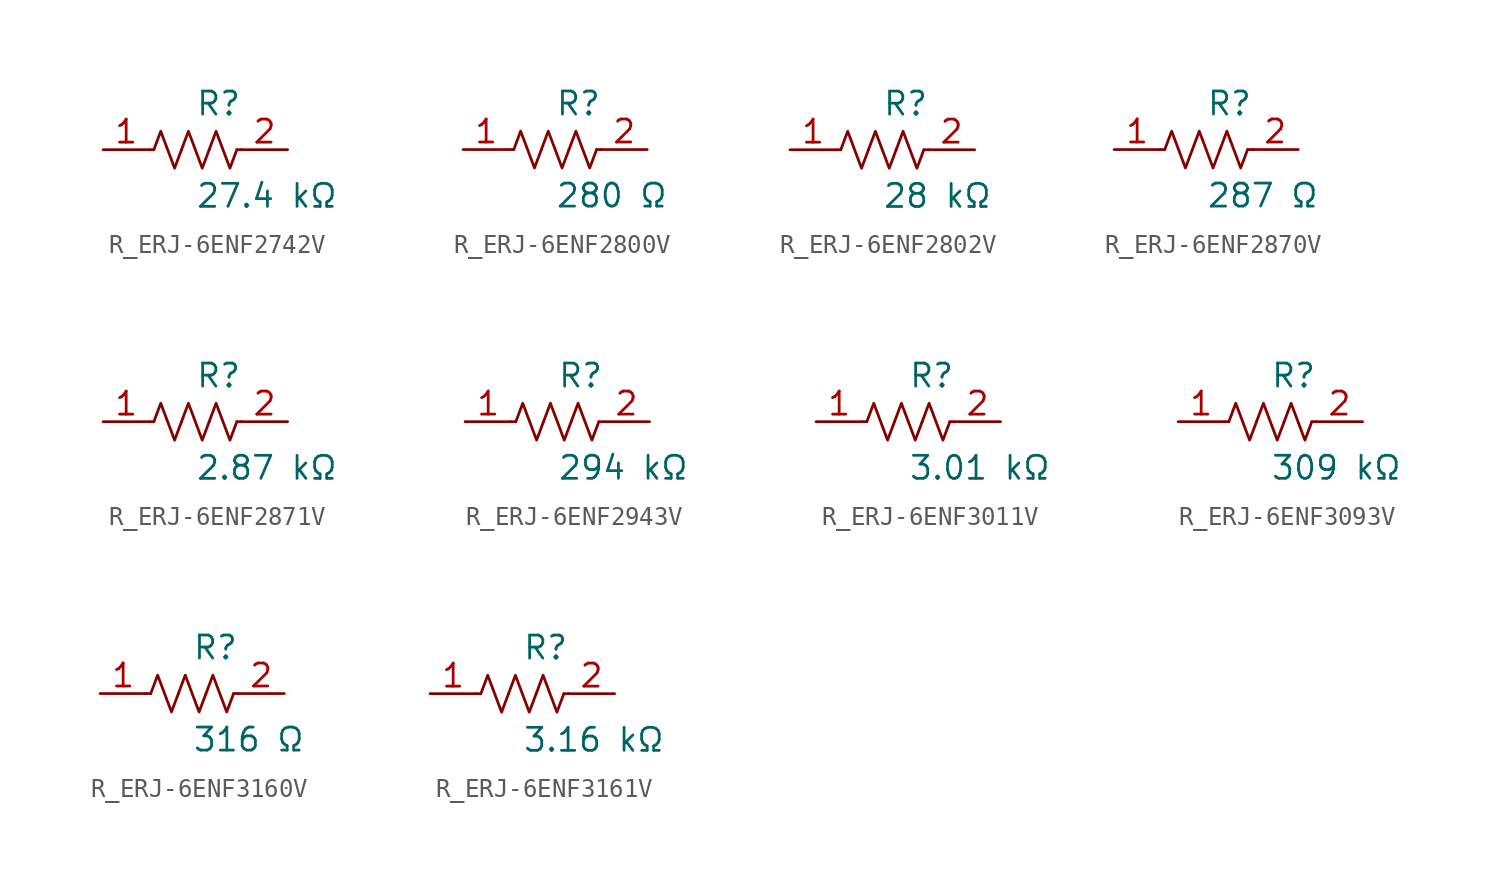
<source format=kicad_sym>
(kicad_symbol_lib
  (version 20231120)
  (generator kicad_symbol_editor)
  (generator_version 8.0)
  (symbol "R_ERJ-6ENF2742V"
    (pin_names
      (offset 0.254))
    (property "Reference" "R"
      (at 0.0 2.54 0)
      (effects (font (size 1.27 1.27)) (justify left)))
    (property "Value" "27.4 kΩ"
      (at 0.0 -2.54 0)
      (effects (font (size 1.27 1.27)) (justify left)))
    (symbol "R_ERJ-6ENF2742V_0_1"
      (polyline (pts (xy 2.286 0) (xy 2.54 0)) (stroke (width 0) (type default)) (fill (type none)))
      (polyline (pts (xy -2.286 0) (xy -2.54 0)) (stroke (width 0) (type default)) (fill (type none)))
      (polyline (pts (xy 0.762 0) (xy 1.143 1.016) (xy 1.524 0) (xy 1.905 -1.016) (xy 2.286 0)) (stroke (width 0) (type default)) (fill (type none)))
      (polyline (pts (xy -0.762 0) (xy -0.381 1.016) (xy 0 0) (xy 0.381 -1.016) (xy 0.762 0)) (stroke (width 0) (type default)) (fill (type none)))
      (polyline (pts (xy -2.286 0) (xy -1.905 1.016) (xy -1.524 0) (xy -1.143 -1.016) (xy -0.762 0)) (stroke (width 0) (type default)) (fill (type none))))
    (pin unspecified line
      (at -5.08 0 0)
      (length 2.54)
      (name "" (effects (font (size 1.27 1.27))))
      (number "1" (effects (font (size 1.27 1.27)))))
    (pin unspecified line
      (at 5.08 0 180)
      (length 2.54)
      (name "" (effects (font (size 1.27 1.27))))
      (number "2" (effects (font (size 1.27 1.27))))))
  (symbol "R_ERJ-6ENF2800V"
    (pin_names
      (offset 0.254))
    (property "Reference" "R"
      (at 0.0 2.54 0)
      (effects (font (size 1.27 1.27)) (justify left)))
    (property "Value" "280 Ω"
      (at 0.0 -2.54 0)
      (effects (font (size 1.27 1.27)) (justify left)))
    (symbol "R_ERJ-6ENF2800V_0_1"
      (polyline (pts (xy 2.286 0) (xy 2.54 0)) (stroke (width 0) (type default)) (fill (type none)))
      (polyline (pts (xy -2.286 0) (xy -2.54 0)) (stroke (width 0) (type default)) (fill (type none)))
      (polyline (pts (xy 0.762 0) (xy 1.143 1.016) (xy 1.524 0) (xy 1.905 -1.016) (xy 2.286 0)) (stroke (width 0) (type default)) (fill (type none)))
      (polyline (pts (xy -0.762 0) (xy -0.381 1.016) (xy 0 0) (xy 0.381 -1.016) (xy 0.762 0)) (stroke (width 0) (type default)) (fill (type none)))
      (polyline (pts (xy -2.286 0) (xy -1.905 1.016) (xy -1.524 0) (xy -1.143 -1.016) (xy -0.762 0)) (stroke (width 0) (type default)) (fill (type none))))
    (pin unspecified line
      (at -5.08 0 0)
      (length 2.54)
      (name "" (effects (font (size 1.27 1.27))))
      (number "1" (effects (font (size 1.27 1.27)))))
    (pin unspecified line
      (at 5.08 0 180)
      (length 2.54)
      (name "" (effects (font (size 1.27 1.27))))
      (number "2" (effects (font (size 1.27 1.27))))))
  (symbol "R_ERJ-6ENF2802V"
    (pin_names
      (offset 0.254))
    (property "Reference" "R"
      (at 0.0 2.54 0)
      (effects (font (size 1.27 1.27)) (justify left)))
    (property "Value" "28 kΩ"
      (at 0.0 -2.54 0)
      (effects (font (size 1.27 1.27)) (justify left)))
    (symbol "R_ERJ-6ENF2802V_0_1"
      (polyline (pts (xy 2.286 0) (xy 2.54 0)) (stroke (width 0) (type default)) (fill (type none)))
      (polyline (pts (xy -2.286 0) (xy -2.54 0)) (stroke (width 0) (type default)) (fill (type none)))
      (polyline (pts (xy 0.762 0) (xy 1.143 1.016) (xy 1.524 0) (xy 1.905 -1.016) (xy 2.286 0)) (stroke (width 0) (type default)) (fill (type none)))
      (polyline (pts (xy -0.762 0) (xy -0.381 1.016) (xy 0 0) (xy 0.381 -1.016) (xy 0.762 0)) (stroke (width 0) (type default)) (fill (type none)))
      (polyline (pts (xy -2.286 0) (xy -1.905 1.016) (xy -1.524 0) (xy -1.143 -1.016) (xy -0.762 0)) (stroke (width 0) (type default)) (fill (type none))))
    (pin unspecified line
      (at -5.08 0 0)
      (length 2.54)
      (name "" (effects (font (size 1.27 1.27))))
      (number "1" (effects (font (size 1.27 1.27)))))
    (pin unspecified line
      (at 5.08 0 180)
      (length 2.54)
      (name "" (effects (font (size 1.27 1.27))))
      (number "2" (effects (font (size 1.27 1.27))))))
  (symbol "R_ERJ-6ENF2870V"
    (pin_names
      (offset 0.254))
    (property "Reference" "R"
      (at 0.0 2.54 0)
      (effects (font (size 1.27 1.27)) (justify left)))
    (property "Value" "287 Ω"
      (at 0.0 -2.54 0)
      (effects (font (size 1.27 1.27)) (justify left)))
    (symbol "R_ERJ-6ENF2870V_0_1"
      (polyline (pts (xy 2.286 0) (xy 2.54 0)) (stroke (width 0) (type default)) (fill (type none)))
      (polyline (pts (xy -2.286 0) (xy -2.54 0)) (stroke (width 0) (type default)) (fill (type none)))
      (polyline (pts (xy 0.762 0) (xy 1.143 1.016) (xy 1.524 0) (xy 1.905 -1.016) (xy 2.286 0)) (stroke (width 0) (type default)) (fill (type none)))
      (polyline (pts (xy -0.762 0) (xy -0.381 1.016) (xy 0 0) (xy 0.381 -1.016) (xy 0.762 0)) (stroke (width 0) (type default)) (fill (type none)))
      (polyline (pts (xy -2.286 0) (xy -1.905 1.016) (xy -1.524 0) (xy -1.143 -1.016) (xy -0.762 0)) (stroke (width 0) (type default)) (fill (type none))))
    (pin unspecified line
      (at -5.08 0 0)
      (length 2.54)
      (name "" (effects (font (size 1.27 1.27))))
      (number "1" (effects (font (size 1.27 1.27)))))
    (pin unspecified line
      (at 5.08 0 180)
      (length 2.54)
      (name "" (effects (font (size 1.27 1.27))))
      (number "2" (effects (font (size 1.27 1.27))))))
  (symbol "R_ERJ-6ENF2871V"
    (pin_names
      (offset 0.254))
    (property "Reference" "R"
      (at 0.0 2.54 0)
      (effects (font (size 1.27 1.27)) (justify left)))
    (property "Value" "2.87 kΩ"
      (at 0.0 -2.54 0)
      (effects (font (size 1.27 1.27)) (justify left)))
    (symbol "R_ERJ-6ENF2871V_0_1"
      (polyline (pts (xy 2.286 0) (xy 2.54 0)) (stroke (width 0) (type default)) (fill (type none)))
      (polyline (pts (xy -2.286 0) (xy -2.54 0)) (stroke (width 0) (type default)) (fill (type none)))
      (polyline (pts (xy 0.762 0) (xy 1.143 1.016) (xy 1.524 0) (xy 1.905 -1.016) (xy 2.286 0)) (stroke (width 0) (type default)) (fill (type none)))
      (polyline (pts (xy -0.762 0) (xy -0.381 1.016) (xy 0 0) (xy 0.381 -1.016) (xy 0.762 0)) (stroke (width 0) (type default)) (fill (type none)))
      (polyline (pts (xy -2.286 0) (xy -1.905 1.016) (xy -1.524 0) (xy -1.143 -1.016) (xy -0.762 0)) (stroke (width 0) (type default)) (fill (type none))))
    (pin unspecified line
      (at -5.08 0 0)
      (length 2.54)
      (name "" (effects (font (size 1.27 1.27))))
      (number "1" (effects (font (size 1.27 1.27)))))
    (pin unspecified line
      (at 5.08 0 180)
      (length 2.54)
      (name "" (effects (font (size 1.27 1.27))))
      (number "2" (effects (font (size 1.27 1.27))))))
  (symbol "R_ERJ-6ENF2943V"
    (pin_names
      (offset 0.254))
    (property "Reference" "R"
      (at 0.0 2.54 0)
      (effects (font (size 1.27 1.27)) (justify left)))
    (property "Value" "294 kΩ"
      (at 0.0 -2.54 0)
      (effects (font (size 1.27 1.27)) (justify left)))
    (symbol "R_ERJ-6ENF2943V_0_1"
      (polyline (pts (xy 2.286 0) (xy 2.54 0)) (stroke (width 0) (type default)) (fill (type none)))
      (polyline (pts (xy -2.286 0) (xy -2.54 0)) (stroke (width 0) (type default)) (fill (type none)))
      (polyline (pts (xy 0.762 0) (xy 1.143 1.016) (xy 1.524 0) (xy 1.905 -1.016) (xy 2.286 0)) (stroke (width 0) (type default)) (fill (type none)))
      (polyline (pts (xy -0.762 0) (xy -0.381 1.016) (xy 0 0) (xy 0.381 -1.016) (xy 0.762 0)) (stroke (width 0) (type default)) (fill (type none)))
      (polyline (pts (xy -2.286 0) (xy -1.905 1.016) (xy -1.524 0) (xy -1.143 -1.016) (xy -0.762 0)) (stroke (width 0) (type default)) (fill (type none))))
    (pin unspecified line
      (at -5.08 0 0)
      (length 2.54)
      (name "" (effects (font (size 1.27 1.27))))
      (number "1" (effects (font (size 1.27 1.27)))))
    (pin unspecified line
      (at 5.08 0 180)
      (length 2.54)
      (name "" (effects (font (size 1.27 1.27))))
      (number "2" (effects (font (size 1.27 1.27))))))
  (symbol "R_ERJ-6ENF3011V"
    (pin_names
      (offset 0.254))
    (property "Reference" "R"
      (at 0.0 2.54 0)
      (effects (font (size 1.27 1.27)) (justify left)))
    (property "Value" "3.01 kΩ"
      (at 0.0 -2.54 0)
      (effects (font (size 1.27 1.27)) (justify left)))
    (symbol "R_ERJ-6ENF3011V_0_1"
      (polyline (pts (xy 2.286 0) (xy 2.54 0)) (stroke (width 0) (type default)) (fill (type none)))
      (polyline (pts (xy -2.286 0) (xy -2.54 0)) (stroke (width 0) (type default)) (fill (type none)))
      (polyline (pts (xy 0.762 0) (xy 1.143 1.016) (xy 1.524 0) (xy 1.905 -1.016) (xy 2.286 0)) (stroke (width 0) (type default)) (fill (type none)))
      (polyline (pts (xy -0.762 0) (xy -0.381 1.016) (xy 0 0) (xy 0.381 -1.016) (xy 0.762 0)) (stroke (width 0) (type default)) (fill (type none)))
      (polyline (pts (xy -2.286 0) (xy -1.905 1.016) (xy -1.524 0) (xy -1.143 -1.016) (xy -0.762 0)) (stroke (width 0) (type default)) (fill (type none))))
    (pin unspecified line
      (at -5.08 0 0)
      (length 2.54)
      (name "" (effects (font (size 1.27 1.27))))
      (number "1" (effects (font (size 1.27 1.27)))))
    (pin unspecified line
      (at 5.08 0 180)
      (length 2.54)
      (name "" (effects (font (size 1.27 1.27))))
      (number "2" (effects (font (size 1.27 1.27))))))
  (symbol "R_ERJ-6ENF3093V"
    (pin_names
      (offset 0.254))
    (property "Reference" "R"
      (at 0.0 2.54 0)
      (effects (font (size 1.27 1.27)) (justify left)))
    (property "Value" "309 kΩ"
      (at 0.0 -2.54 0)
      (effects (font (size 1.27 1.27)) (justify left)))
    (symbol "R_ERJ-6ENF3093V_0_1"
      (polyline (pts (xy 2.286 0) (xy 2.54 0)) (stroke (width 0) (type default)) (fill (type none)))
      (polyline (pts (xy -2.286 0) (xy -2.54 0)) (stroke (width 0) (type default)) (fill (type none)))
      (polyline (pts (xy 0.762 0) (xy 1.143 1.016) (xy 1.524 0) (xy 1.905 -1.016) (xy 2.286 0)) (stroke (width 0) (type default)) (fill (type none)))
      (polyline (pts (xy -0.762 0) (xy -0.381 1.016) (xy 0 0) (xy 0.381 -1.016) (xy 0.762 0)) (stroke (width 0) (type default)) (fill (type none)))
      (polyline (pts (xy -2.286 0) (xy -1.905 1.016) (xy -1.524 0) (xy -1.143 -1.016) (xy -0.762 0)) (stroke (width 0) (type default)) (fill (type none))))
    (pin unspecified line
      (at -5.08 0 0)
      (length 2.54)
      (name "" (effects (font (size 1.27 1.27))))
      (number "1" (effects (font (size 1.27 1.27)))))
    (pin unspecified line
      (at 5.08 0 180)
      (length 2.54)
      (name "" (effects (font (size 1.27 1.27))))
      (number "2" (effects (font (size 1.27 1.27))))))
  (symbol "R_ERJ-6ENF3160V"
    (pin_names
      (offset 0.254))
    (property "Reference" "R"
      (at 0.0 2.54 0)
      (effects (font (size 1.27 1.27)) (justify left)))
    (property "Value" "316 Ω"
      (at 0.0 -2.54 0)
      (effects (font (size 1.27 1.27)) (justify left)))
    (symbol "R_ERJ-6ENF3160V_0_1"
      (polyline (pts (xy 2.286 0) (xy 2.54 0)) (stroke (width 0) (type default)) (fill (type none)))
      (polyline (pts (xy -2.286 0) (xy -2.54 0)) (stroke (width 0) (type default)) (fill (type none)))
      (polyline (pts (xy 0.762 0) (xy 1.143 1.016) (xy 1.524 0) (xy 1.905 -1.016) (xy 2.286 0)) (stroke (width 0) (type default)) (fill (type none)))
      (polyline (pts (xy -0.762 0) (xy -0.381 1.016) (xy 0 0) (xy 0.381 -1.016) (xy 0.762 0)) (stroke (width 0) (type default)) (fill (type none)))
      (polyline (pts (xy -2.286 0) (xy -1.905 1.016) (xy -1.524 0) (xy -1.143 -1.016) (xy -0.762 0)) (stroke (width 0) (type default)) (fill (type none))))
    (pin unspecified line
      (at -5.08 0 0)
      (length 2.54)
      (name "" (effects (font (size 1.27 1.27))))
      (number "1" (effects (font (size 1.27 1.27)))))
    (pin unspecified line
      (at 5.08 0 180)
      (length 2.54)
      (name "" (effects (font (size 1.27 1.27))))
      (number "2" (effects (font (size 1.27 1.27))))))
  (symbol "R_ERJ-6ENF3161V"
    (pin_names
      (offset 0.254))
    (property "Reference" "R"
      (at 0.0 2.54 0)
      (effects (font (size 1.27 1.27)) (justify left)))
    (property "Value" "3.16 kΩ"
      (at 0.0 -2.54 0)
      (effects (font (size 1.27 1.27)) (justify left)))
    (symbol "R_ERJ-6ENF3161V_0_1"
      (polyline (pts (xy 2.286 0) (xy 2.54 0)) (stroke (width 0) (type default)) (fill (type none)))
      (polyline (pts (xy -2.286 0) (xy -2.54 0)) (stroke (width 0) (type default)) (fill (type none)))
      (polyline (pts (xy 0.762 0) (xy 1.143 1.016) (xy 1.524 0) (xy 1.905 -1.016) (xy 2.286 0)) (stroke (width 0) (type default)) (fill (type none)))
      (polyline (pts (xy -0.762 0) (xy -0.381 1.016) (xy 0 0) (xy 0.381 -1.016) (xy 0.762 0)) (stroke (width 0) (type default)) (fill (type none)))
      (polyline (pts (xy -2.286 0) (xy -1.905 1.016) (xy -1.524 0) (xy -1.143 -1.016) (xy -0.762 0)) (stroke (width 0) (type default)) (fill (type none))))
    (pin unspecified line
      (at -5.08 0 0)
      (length 2.54)
      (name "" (effects (font (size 1.27 1.27))))
      (number "1" (effects (font (size 1.27 1.27)))))
    (pin unspecified line
      (at 5.08 0 180)
      (length 2.54)
      (name "" (effects (font (size 1.27 1.27))))
      (number "2" (effects (font (size 1.27 1.27)))))))
</source>
